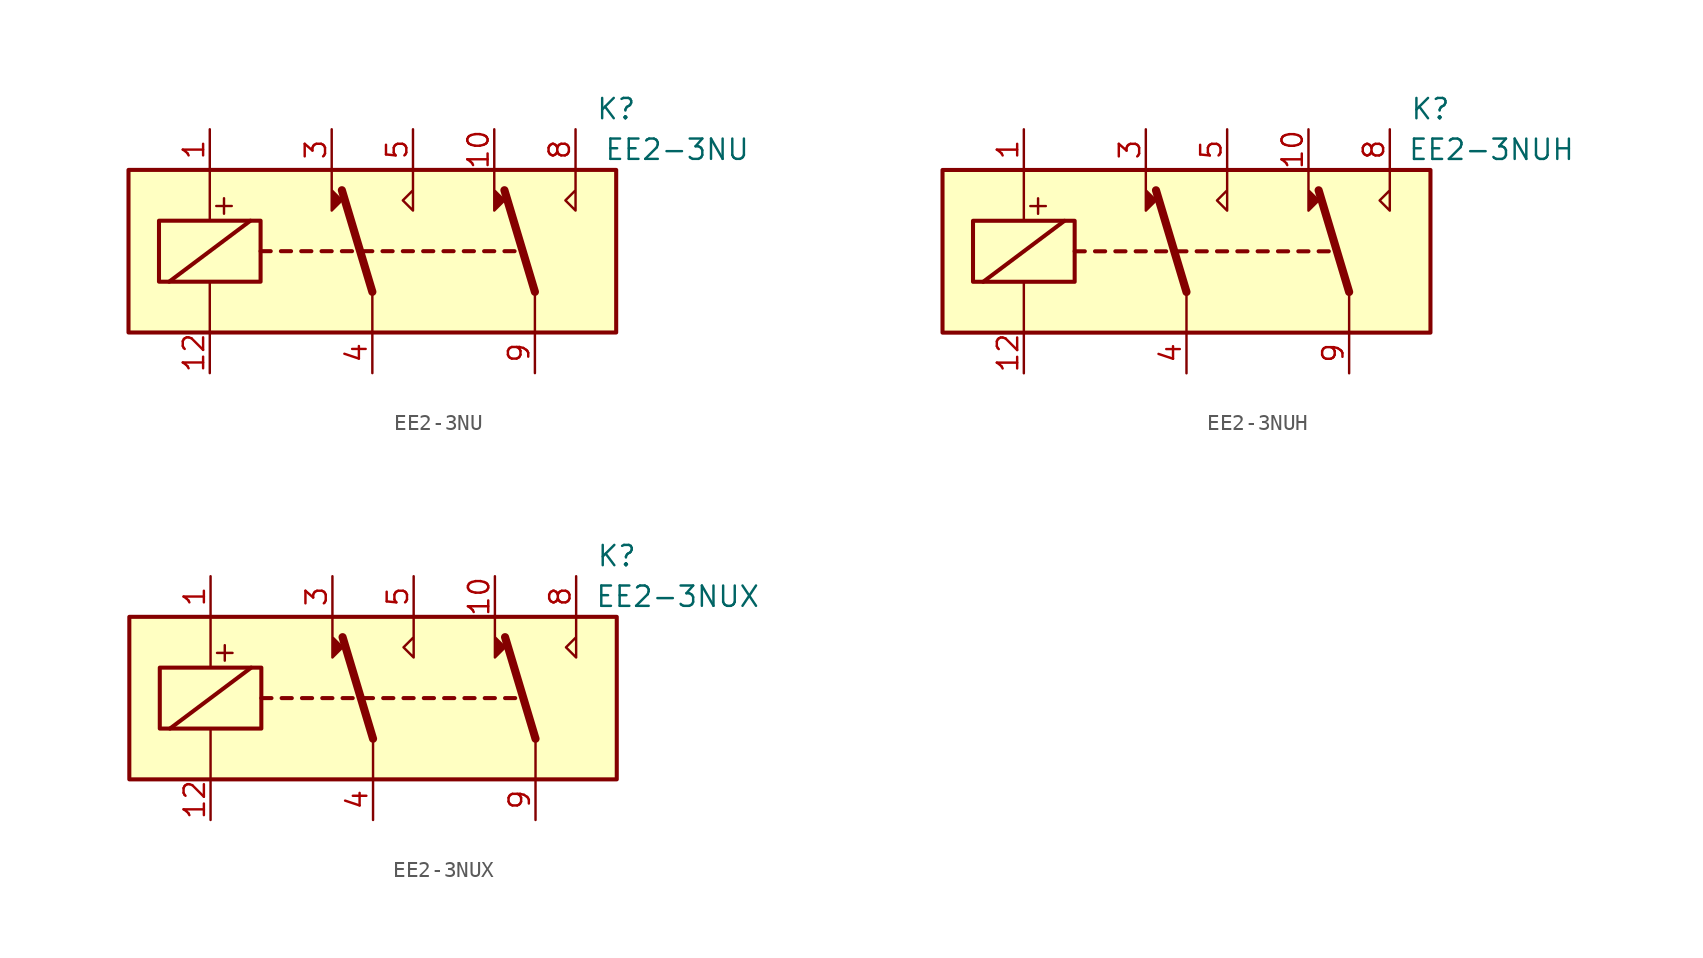
<source format=kicad_sym>
(kicad_symbol_lib
  (version 20220914)
  (generator kicad_symbol_editor)
  (symbol "EE2-3NU"
    (property "Reference" "K"
      (at 15.24 8.89 0)
      (effects (font (size 1.27 1.27))))
    (property "Value" "EE2-3NU"
      (at 19.05 6.35 0)
      (effects (font (size 1.27 1.27))))
    (symbol "EE2-3NU_1_1"
      (rectangle (start -15.24 5.08) (end 15.24 -5.08) (stroke (width 0.254) (type default)) (fill (type background)))
      (rectangle (start -13.335 1.905) (end -6.985 -1.905) (stroke (width 0.254) (type default)) (fill (type none)))
      (polyline (pts (xy -12.7 -1.905) (xy -7.62 1.905)) (stroke (width 0.254) (type default)) (fill (type none)))
      (polyline (pts (xy -10.16 -5.08) (xy -10.16 -1.905)) (stroke (width 0) (type default)) (fill (type none)))
      (polyline (pts (xy -10.16 5.08) (xy -10.16 1.905)) (stroke (width 0) (type default)) (fill (type none)))
      (polyline (pts (xy -6.985 0) (xy -6.35 0)) (stroke (width 0.254) (type default)) (fill (type none)))
      (polyline (pts (xy -5.715 0) (xy -5.08 0)) (stroke (width 0.254) (type default)) (fill (type none)))
      (polyline (pts (xy -4.445 0) (xy -3.81 0)) (stroke (width 0.254) (type default)) (fill (type none)))
      (polyline (pts (xy -3.175 0) (xy -2.54 0)) (stroke (width 0.254) (type default)) (fill (type none)))
      (polyline (pts (xy -1.905 0) (xy -1.27 0)) (stroke (width 0.254) (type default)) (fill (type none)))
      (polyline (pts (xy -0.635 0) (xy 0 0)) (stroke (width 0.254) (type default)) (fill (type none)))
      (polyline (pts (xy 0 -2.54) (xy -1.905 3.81)) (stroke (width 0.508) (type default)) (fill (type none)))
      (polyline (pts (xy 0 -2.54) (xy 0 -5.08)) (stroke (width 0) (type default)) (fill (type none)))
      (polyline (pts (xy 0.635 0) (xy 1.27 0)) (stroke (width 0.254) (type default)) (fill (type none)))
      (polyline (pts (xy 1.905 0) (xy 2.54 0)) (stroke (width 0.254) (type default)) (fill (type none)))
      (polyline (pts (xy 3.175 0) (xy 3.81 0)) (stroke (width 0.254) (type default)) (fill (type none)))
      (polyline (pts (xy 4.445 0) (xy 5.08 0)) (stroke (width 0.254) (type default)) (fill (type none)))
      (polyline (pts (xy 5.715 0) (xy 6.35 0)) (stroke (width 0.254) (type default)) (fill (type none)))
      (polyline (pts (xy 6.985 0) (xy 7.62 0)) (stroke (width 0.254) (type default)) (fill (type none)))
      (polyline (pts (xy 8.255 0) (xy 8.89 0)) (stroke (width 0.254) (type default)) (fill (type none)))
      (polyline (pts (xy 10.16 -2.54) (xy 8.255 3.81)) (stroke (width 0.508) (type default)) (fill (type none)))
      (polyline (pts (xy 10.16 -2.54) (xy 10.16 -5.08)) (stroke (width 0) (type default)) (fill (type none)))
      (polyline (pts (xy -2.54 5.08) (xy -2.54 2.54) (xy -1.905 3.175) (xy -2.54 3.81)) (stroke (width 0) (type default)) (fill (type outline)))
      (polyline (pts (xy 2.54 5.08) (xy 2.54 2.54) (xy 1.905 3.175) (xy 2.54 3.81)) (stroke (width 0) (type default)) (fill (type none)))
      (polyline (pts (xy 7.62 5.08) (xy 7.62 2.54) (xy 8.255 3.175) (xy 7.62 3.81)) (stroke (width 0) (type default)) (fill (type outline)))
      (polyline (pts (xy 12.7 5.08) (xy 12.7 2.54) (xy 12.065 3.175) (xy 12.7 3.81)) (stroke (width 0) (type default)) (fill (type none)))
      (text "+" (at -9.271 2.921 0) (effects (font (size 1.27 1.27))))
      (pin passive line (at -10.16 7.62 270) (length 2.54) (name "~" (effects (font (size 1.27 1.27)))) (number "1" (effects (font (size 1.27 1.27)))))
      (pin passive line (at 7.62 7.62 270) (length 2.54) (name "~" (effects (font (size 1.27 1.27)))) (number "10" (effects (font (size 1.27 1.27)))))
      (pin passive line (at -10.16 -7.62 90) (length 2.54) (name "~" (effects (font (size 1.27 1.27)))) (number "12" (effects (font (size 1.27 1.27)))))
      (pin passive line (at -2.54 7.62 270) (length 2.54) (name "~" (effects (font (size 1.27 1.27)))) (number "3" (effects (font (size 1.27 1.27)))))
      (pin passive line (at 0 -7.62 90) (length 2.54) (name "~" (effects (font (size 1.27 1.27)))) (number "4" (effects (font (size 1.27 1.27)))))
      (pin passive line (at 2.54 7.62 270) (length 2.54) (name "~" (effects (font (size 1.27 1.27)))) (number "5" (effects (font (size 1.27 1.27)))))
      (pin passive line (at 12.7 7.62 270) (length 2.54) (name "~" (effects (font (size 1.27 1.27)))) (number "8" (effects (font (size 1.27 1.27)))))
      (pin passive line (at 10.16 -7.62 90) (length 2.54) (name "~" (effects (font (size 1.27 1.27)))) (number "9" (effects (font (size 1.27 1.27)))))))
  (symbol "EE2-3NUH"
    (property "Reference" "K"
      (at 15.24 8.89 0)
      (effects (font (size 1.27 1.27))))
    (property "Value" "EE2-3NUH"
      (at 19.05 6.35 0)
      (effects (font (size 1.27 1.27))))
    (symbol "EE2-3NUH_1_1"
      (rectangle (start -15.24 5.08) (end 15.24 -5.08) (stroke (width 0.254) (type default)) (fill (type background)))
      (rectangle (start -13.335 1.905) (end -6.985 -1.905) (stroke (width 0.254) (type default)) (fill (type none)))
      (polyline (pts (xy -12.7 -1.905) (xy -7.62 1.905)) (stroke (width 0.254) (type default)) (fill (type none)))
      (polyline (pts (xy -10.16 -5.08) (xy -10.16 -1.905)) (stroke (width 0) (type default)) (fill (type none)))
      (polyline (pts (xy -10.16 5.08) (xy -10.16 1.905)) (stroke (width 0) (type default)) (fill (type none)))
      (polyline (pts (xy -6.985 0) (xy -6.35 0)) (stroke (width 0.254) (type default)) (fill (type none)))
      (polyline (pts (xy -5.715 0) (xy -5.08 0)) (stroke (width 0.254) (type default)) (fill (type none)))
      (polyline (pts (xy -4.445 0) (xy -3.81 0)) (stroke (width 0.254) (type default)) (fill (type none)))
      (polyline (pts (xy -3.175 0) (xy -2.54 0)) (stroke (width 0.254) (type default)) (fill (type none)))
      (polyline (pts (xy -1.905 0) (xy -1.27 0)) (stroke (width 0.254) (type default)) (fill (type none)))
      (polyline (pts (xy -0.635 0) (xy 0 0)) (stroke (width 0.254) (type default)) (fill (type none)))
      (polyline (pts (xy 0 -2.54) (xy -1.905 3.81)) (stroke (width 0.508) (type default)) (fill (type none)))
      (polyline (pts (xy 0 -2.54) (xy 0 -5.08)) (stroke (width 0) (type default)) (fill (type none)))
      (polyline (pts (xy 0.635 0) (xy 1.27 0)) (stroke (width 0.254) (type default)) (fill (type none)))
      (polyline (pts (xy 1.905 0) (xy 2.54 0)) (stroke (width 0.254) (type default)) (fill (type none)))
      (polyline (pts (xy 3.175 0) (xy 3.81 0)) (stroke (width 0.254) (type default)) (fill (type none)))
      (polyline (pts (xy 4.445 0) (xy 5.08 0)) (stroke (width 0.254) (type default)) (fill (type none)))
      (polyline (pts (xy 5.715 0) (xy 6.35 0)) (stroke (width 0.254) (type default)) (fill (type none)))
      (polyline (pts (xy 6.985 0) (xy 7.62 0)) (stroke (width 0.254) (type default)) (fill (type none)))
      (polyline (pts (xy 8.255 0) (xy 8.89 0)) (stroke (width 0.254) (type default)) (fill (type none)))
      (polyline (pts (xy 10.16 -2.54) (xy 8.255 3.81)) (stroke (width 0.508) (type default)) (fill (type none)))
      (polyline (pts (xy 10.16 -2.54) (xy 10.16 -5.08)) (stroke (width 0) (type default)) (fill (type none)))
      (polyline (pts (xy -2.54 5.08) (xy -2.54 2.54) (xy -1.905 3.175) (xy -2.54 3.81)) (stroke (width 0) (type default)) (fill (type outline)))
      (polyline (pts (xy 2.54 5.08) (xy 2.54 2.54) (xy 1.905 3.175) (xy 2.54 3.81)) (stroke (width 0) (type default)) (fill (type none)))
      (polyline (pts (xy 7.62 5.08) (xy 7.62 2.54) (xy 8.255 3.175) (xy 7.62 3.81)) (stroke (width 0) (type default)) (fill (type outline)))
      (polyline (pts (xy 12.7 5.08) (xy 12.7 2.54) (xy 12.065 3.175) (xy 12.7 3.81)) (stroke (width 0) (type default)) (fill (type none)))
      (text "+" (at -9.271 2.921 0) (effects (font (size 1.27 1.27))))
      (pin passive line (at -10.16 7.62 270) (length 2.54) (name "~" (effects (font (size 1.27 1.27)))) (number "1" (effects (font (size 1.27 1.27)))))
      (pin passive line (at 7.62 7.62 270) (length 2.54) (name "~" (effects (font (size 1.27 1.27)))) (number "10" (effects (font (size 1.27 1.27)))))
      (pin passive line (at -10.16 -7.62 90) (length 2.54) (name "~" (effects (font (size 1.27 1.27)))) (number "12" (effects (font (size 1.27 1.27)))))
      (pin passive line (at -2.54 7.62 270) (length 2.54) (name "~" (effects (font (size 1.27 1.27)))) (number "3" (effects (font (size 1.27 1.27)))))
      (pin passive line (at 0 -7.62 90) (length 2.54) (name "~" (effects (font (size 1.27 1.27)))) (number "4" (effects (font (size 1.27 1.27)))))
      (pin passive line (at 2.54 7.62 270) (length 2.54) (name "~" (effects (font (size 1.27 1.27)))) (number "5" (effects (font (size 1.27 1.27)))))
      (pin passive line (at 12.7 7.62 270) (length 2.54) (name "~" (effects (font (size 1.27 1.27)))) (number "8" (effects (font (size 1.27 1.27)))))
      (pin passive line (at 10.16 -7.62 90) (length 2.54) (name "~" (effects (font (size 1.27 1.27)))) (number "9" (effects (font (size 1.27 1.27)))))))
  (symbol "EE2-3NUX"
    (property "Reference" "K"
      (at 15.24 8.89 0)
      (effects (font (size 1.27 1.27))))
    (property "Value" "EE2-3NUX"
      (at 19.05 6.35 0)
      (effects (font (size 1.27 1.27))))
    (symbol "EE2-3NUX_1_1"
      (rectangle (start -15.24 5.08) (end 15.24 -5.08) (stroke (width 0.254) (type default)) (fill (type background)))
      (rectangle (start -13.335 1.905) (end -6.985 -1.905) (stroke (width 0.254) (type default)) (fill (type none)))
      (polyline (pts (xy -12.7 -1.905) (xy -7.62 1.905)) (stroke (width 0.254) (type default)) (fill (type none)))
      (polyline (pts (xy -10.16 -5.08) (xy -10.16 -1.905)) (stroke (width 0) (type default)) (fill (type none)))
      (polyline (pts (xy -10.16 5.08) (xy -10.16 1.905)) (stroke (width 0) (type default)) (fill (type none)))
      (polyline (pts (xy -6.985 0) (xy -6.35 0)) (stroke (width 0.254) (type default)) (fill (type none)))
      (polyline (pts (xy -5.715 0) (xy -5.08 0)) (stroke (width 0.254) (type default)) (fill (type none)))
      (polyline (pts (xy -4.445 0) (xy -3.81 0)) (stroke (width 0.254) (type default)) (fill (type none)))
      (polyline (pts (xy -3.175 0) (xy -2.54 0)) (stroke (width 0.254) (type default)) (fill (type none)))
      (polyline (pts (xy -1.905 0) (xy -1.27 0)) (stroke (width 0.254) (type default)) (fill (type none)))
      (polyline (pts (xy -0.635 0) (xy 0 0)) (stroke (width 0.254) (type default)) (fill (type none)))
      (polyline (pts (xy 0 -2.54) (xy -1.905 3.81)) (stroke (width 0.508) (type default)) (fill (type none)))
      (polyline (pts (xy 0 -2.54) (xy 0 -5.08)) (stroke (width 0) (type default)) (fill (type none)))
      (polyline (pts (xy 0.635 0) (xy 1.27 0)) (stroke (width 0.254) (type default)) (fill (type none)))
      (polyline (pts (xy 1.905 0) (xy 2.54 0)) (stroke (width 0.254) (type default)) (fill (type none)))
      (polyline (pts (xy 3.175 0) (xy 3.81 0)) (stroke (width 0.254) (type default)) (fill (type none)))
      (polyline (pts (xy 4.445 0) (xy 5.08 0)) (stroke (width 0.254) (type default)) (fill (type none)))
      (polyline (pts (xy 5.715 0) (xy 6.35 0)) (stroke (width 0.254) (type default)) (fill (type none)))
      (polyline (pts (xy 6.985 0) (xy 7.62 0)) (stroke (width 0.254) (type default)) (fill (type none)))
      (polyline (pts (xy 8.255 0) (xy 8.89 0)) (stroke (width 0.254) (type default)) (fill (type none)))
      (polyline (pts (xy 10.16 -2.54) (xy 8.255 3.81)) (stroke (width 0.508) (type default)) (fill (type none)))
      (polyline (pts (xy 10.16 -2.54) (xy 10.16 -5.08)) (stroke (width 0) (type default)) (fill (type none)))
      (polyline (pts (xy -2.54 5.08) (xy -2.54 2.54) (xy -1.905 3.175) (xy -2.54 3.81)) (stroke (width 0) (type default)) (fill (type outline)))
      (polyline (pts (xy 2.54 5.08) (xy 2.54 2.54) (xy 1.905 3.175) (xy 2.54 3.81)) (stroke (width 0) (type default)) (fill (type none)))
      (polyline (pts (xy 7.62 5.08) (xy 7.62 2.54) (xy 8.255 3.175) (xy 7.62 3.81)) (stroke (width 0) (type default)) (fill (type outline)))
      (polyline (pts (xy 12.7 5.08) (xy 12.7 2.54) (xy 12.065 3.175) (xy 12.7 3.81)) (stroke (width 0) (type default)) (fill (type none)))
      (text "+" (at -9.271 2.921 0) (effects (font (size 1.27 1.27))))
      (pin passive line (at -10.16 7.62 270) (length 2.54) (name "~" (effects (font (size 1.27 1.27)))) (number "1" (effects (font (size 1.27 1.27)))))
      (pin passive line (at 7.62 7.62 270) (length 2.54) (name "~" (effects (font (size 1.27 1.27)))) (number "10" (effects (font (size 1.27 1.27)))))
      (pin passive line (at -10.16 -7.62 90) (length 2.54) (name "~" (effects (font (size 1.27 1.27)))) (number "12" (effects (font (size 1.27 1.27)))))
      (pin passive line (at -2.54 7.62 270) (length 2.54) (name "~" (effects (font (size 1.27 1.27)))) (number "3" (effects (font (size 1.27 1.27)))))
      (pin passive line (at 0 -7.62 90) (length 2.54) (name "~" (effects (font (size 1.27 1.27)))) (number "4" (effects (font (size 1.27 1.27)))))
      (pin passive line (at 2.54 7.62 270) (length 2.54) (name "~" (effects (font (size 1.27 1.27)))) (number "5" (effects (font (size 1.27 1.27)))))
      (pin passive line (at 12.7 7.62 270) (length 2.54) (name "~" (effects (font (size 1.27 1.27)))) (number "8" (effects (font (size 1.27 1.27)))))
      (pin passive line (at 10.16 -7.62 90) (length 2.54) (name "~" (effects (font (size 1.27 1.27)))) (number "9" (effects (font (size 1.27 1.27))))))))
</source>
